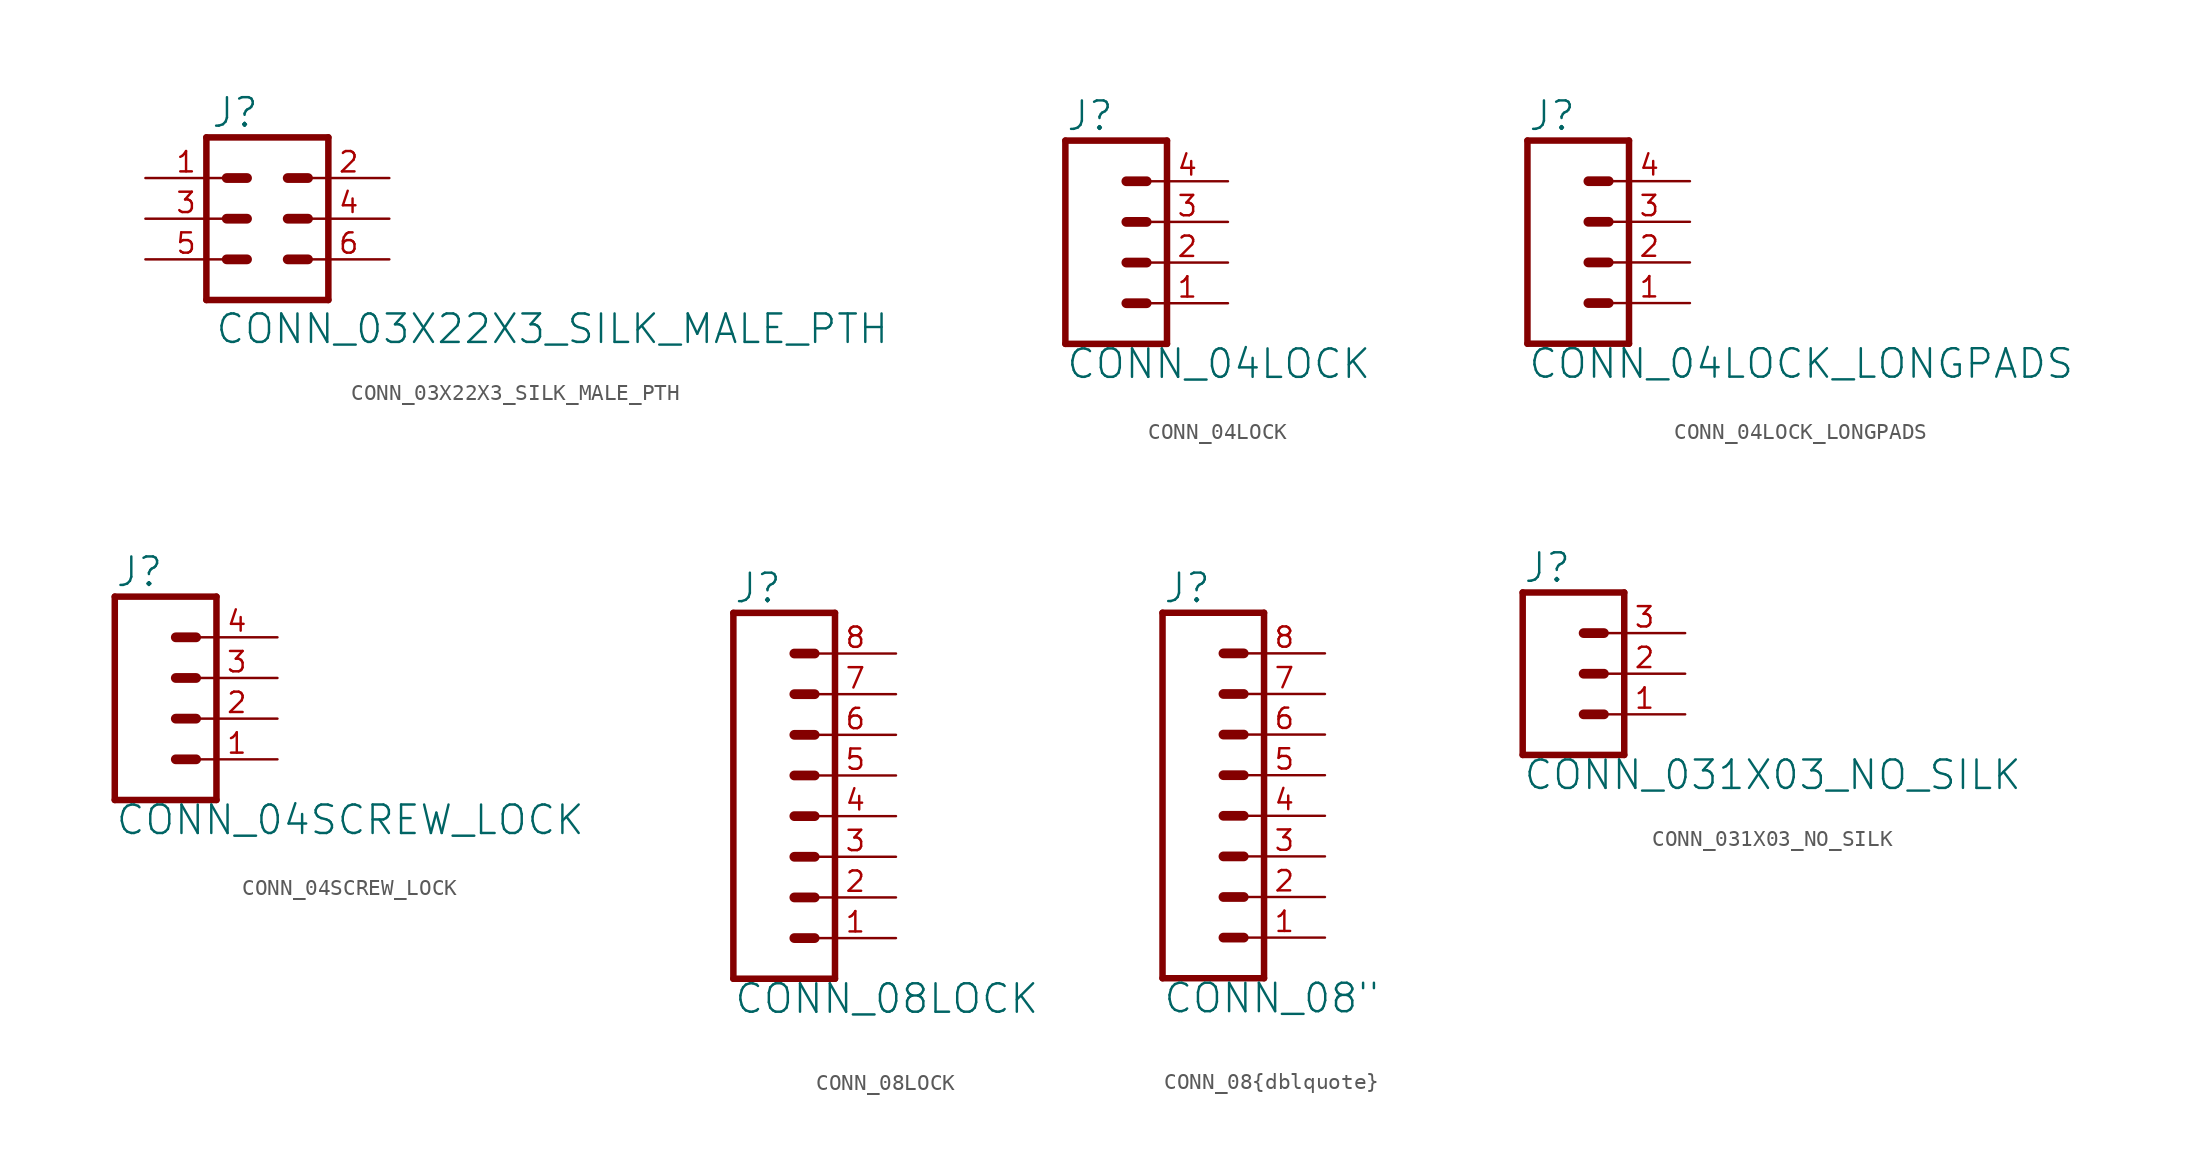
<source format=kicad_sym>
(kicad_symbol_lib
  (version 20220331)
  (generator kicad_symbol_editor)
  (symbol "CONN_03X22X3_SILK_MALE_PTH"
    (property "Reference" "J"
      (at -3.556 5.588 0)
      (effects (font (size 1.778 1.778)) (justify left bottom)))
    (property "Value" "CONN_03X22X3_SILK_MALE_PTH"
      (at -3.302 -5.842 0)
      (effects (font (size 1.778 1.778)) (justify left top)))
    (property "ki_locked" ""
      (at 0 0 0)
      (effects (font (size 1.27 1.27))))
    (symbol "CONN_03X22X3_SILK_MALE_PTH_1_0"
      (polyline (pts (xy -3.81 5.08) (xy -3.81 -5.08)) (stroke (width 0.406) (type solid)) (fill (type none)))
      (polyline (pts (xy -3.81 5.08) (xy 3.81 5.08)) (stroke (width 0.406) (type solid)) (fill (type none)))
      (polyline (pts (xy -1.27 -2.54) (xy -2.54 -2.54)) (stroke (width 0.61) (type solid)) (fill (type none)))
      (polyline (pts (xy -1.27 0) (xy -2.54 0)) (stroke (width 0.61) (type solid)) (fill (type none)))
      (polyline (pts (xy -1.27 2.54) (xy -2.54 2.54)) (stroke (width 0.61) (type solid)) (fill (type none)))
      (polyline (pts (xy 1.27 -2.54) (xy 2.54 -2.54)) (stroke (width 0.61) (type solid)) (fill (type none)))
      (polyline (pts (xy 1.27 0) (xy 2.54 0)) (stroke (width 0.61) (type solid)) (fill (type none)))
      (polyline (pts (xy 1.27 2.54) (xy 2.54 2.54)) (stroke (width 0.61) (type solid)) (fill (type none)))
      (polyline (pts (xy 3.81 -5.08) (xy -3.81 -5.08)) (stroke (width 0.406) (type solid)) (fill (type none)))
      (polyline (pts (xy 3.81 -5.08) (xy 3.81 5.08)) (stroke (width 0.406) (type solid)) (fill (type none)))
      (pin bidirectional line (at -7.62 2.54 0) (length 5.08) (name "1" (effects (font (size 0 0)))) (number "1" (effects (font (size 1.27 1.27)))))
      (pin bidirectional line (at 7.62 2.54 180) (length 5.08) (name "2" (effects (font (size 0 0)))) (number "2" (effects (font (size 1.27 1.27)))))
      (pin bidirectional line (at -7.62 0 0) (length 5.08) (name "3" (effects (font (size 0 0)))) (number "3" (effects (font (size 1.27 1.27)))))
      (pin bidirectional line (at 7.62 0 180) (length 5.08) (name "4" (effects (font (size 0 0)))) (number "4" (effects (font (size 1.27 1.27)))))
      (pin bidirectional line (at -7.62 -2.54 0) (length 5.08) (name "5" (effects (font (size 0 0)))) (number "5" (effects (font (size 1.27 1.27)))))
      (pin bidirectional line (at 7.62 -2.54 180) (length 5.08) (name "6" (effects (font (size 0 0)))) (number "6" (effects (font (size 1.27 1.27)))))))
  (symbol "CONN_04LOCK"
    (property "Reference" "J"
      (at -5.08 8.128 0)
      (effects (font (size 1.778 1.778)) (justify left bottom)))
    (property "Value" "CONN_04LOCK"
      (at -5.08 -7.366 0)
      (effects (font (size 1.778 1.778)) (justify left bottom)))
    (property "ki_locked" ""
      (at 0 0 0)
      (effects (font (size 1.27 1.27))))
    (symbol "CONN_04LOCK_1_0"
      (polyline (pts (xy -5.08 7.62) (xy -5.08 -5.08)) (stroke (width 0.406) (type solid)) (fill (type none)))
      (polyline (pts (xy -5.08 7.62) (xy 1.27 7.62)) (stroke (width 0.406) (type solid)) (fill (type none)))
      (polyline (pts (xy -1.27 -2.54) (xy 0 -2.54)) (stroke (width 0.61) (type solid)) (fill (type none)))
      (polyline (pts (xy -1.27 0) (xy 0 0)) (stroke (width 0.61) (type solid)) (fill (type none)))
      (polyline (pts (xy -1.27 2.54) (xy 0 2.54)) (stroke (width 0.61) (type solid)) (fill (type none)))
      (polyline (pts (xy -1.27 5.08) (xy 0 5.08)) (stroke (width 0.61) (type solid)) (fill (type none)))
      (polyline (pts (xy 1.27 -5.08) (xy -5.08 -5.08)) (stroke (width 0.406) (type solid)) (fill (type none)))
      (polyline (pts (xy 1.27 -5.08) (xy 1.27 7.62)) (stroke (width 0.406) (type solid)) (fill (type none)))
      (pin passive line (at 5.08 -2.54 180) (length 5.08) (name "1" (effects (font (size 0 0)))) (number "1" (effects (font (size 1.27 1.27)))))
      (pin passive line (at 5.08 0 180) (length 5.08) (name "2" (effects (font (size 0 0)))) (number "2" (effects (font (size 1.27 1.27)))))
      (pin passive line (at 5.08 2.54 180) (length 5.08) (name "3" (effects (font (size 0 0)))) (number "3" (effects (font (size 1.27 1.27)))))
      (pin passive line (at 5.08 5.08 180) (length 5.08) (name "4" (effects (font (size 0 0)))) (number "4" (effects (font (size 1.27 1.27)))))))
  (symbol "CONN_04LOCK_LONGPADS"
    (property "Reference" "J"
      (at -5.08 8.128 0)
      (effects (font (size 1.778 1.778)) (justify left bottom)))
    (property "Value" "CONN_04LOCK_LONGPADS"
      (at -5.08 -7.366 0)
      (effects (font (size 1.778 1.778)) (justify left bottom)))
    (property "ki_locked" ""
      (at 0 0 0)
      (effects (font (size 1.27 1.27))))
    (symbol "CONN_04LOCK_LONGPADS_1_0"
      (polyline (pts (xy -5.08 7.62) (xy -5.08 -5.08)) (stroke (width 0.406) (type solid)) (fill (type none)))
      (polyline (pts (xy -5.08 7.62) (xy 1.27 7.62)) (stroke (width 0.406) (type solid)) (fill (type none)))
      (polyline (pts (xy -1.27 -2.54) (xy 0 -2.54)) (stroke (width 0.61) (type solid)) (fill (type none)))
      (polyline (pts (xy -1.27 0) (xy 0 0)) (stroke (width 0.61) (type solid)) (fill (type none)))
      (polyline (pts (xy -1.27 2.54) (xy 0 2.54)) (stroke (width 0.61) (type solid)) (fill (type none)))
      (polyline (pts (xy -1.27 5.08) (xy 0 5.08)) (stroke (width 0.61) (type solid)) (fill (type none)))
      (polyline (pts (xy 1.27 -5.08) (xy -5.08 -5.08)) (stroke (width 0.406) (type solid)) (fill (type none)))
      (polyline (pts (xy 1.27 -5.08) (xy 1.27 7.62)) (stroke (width 0.406) (type solid)) (fill (type none)))
      (pin passive line (at 5.08 -2.54 180) (length 5.08) (name "1" (effects (font (size 0 0)))) (number "1" (effects (font (size 1.27 1.27)))))
      (pin passive line (at 5.08 0 180) (length 5.08) (name "2" (effects (font (size 0 0)))) (number "2" (effects (font (size 1.27 1.27)))))
      (pin passive line (at 5.08 2.54 180) (length 5.08) (name "3" (effects (font (size 0 0)))) (number "3" (effects (font (size 1.27 1.27)))))
      (pin passive line (at 5.08 5.08 180) (length 5.08) (name "4" (effects (font (size 0 0)))) (number "4" (effects (font (size 1.27 1.27)))))))
  (symbol "CONN_04SCREW_LOCK"
    (property "Reference" "J"
      (at -5.08 8.128 0)
      (effects (font (size 1.778 1.778)) (justify left bottom)))
    (property "Value" "CONN_04SCREW_LOCK"
      (at -5.08 -7.366 0)
      (effects (font (size 1.778 1.778)) (justify left bottom)))
    (property "ki_locked" ""
      (at 0 0 0)
      (effects (font (size 1.27 1.27))))
    (symbol "CONN_04SCREW_LOCK_1_0"
      (polyline (pts (xy -5.08 7.62) (xy -5.08 -5.08)) (stroke (width 0.406) (type solid)) (fill (type none)))
      (polyline (pts (xy -5.08 7.62) (xy 1.27 7.62)) (stroke (width 0.406) (type solid)) (fill (type none)))
      (polyline (pts (xy -1.27 -2.54) (xy 0 -2.54)) (stroke (width 0.61) (type solid)) (fill (type none)))
      (polyline (pts (xy -1.27 0) (xy 0 0)) (stroke (width 0.61) (type solid)) (fill (type none)))
      (polyline (pts (xy -1.27 2.54) (xy 0 2.54)) (stroke (width 0.61) (type solid)) (fill (type none)))
      (polyline (pts (xy -1.27 5.08) (xy 0 5.08)) (stroke (width 0.61) (type solid)) (fill (type none)))
      (polyline (pts (xy 1.27 -5.08) (xy -5.08 -5.08)) (stroke (width 0.406) (type solid)) (fill (type none)))
      (polyline (pts (xy 1.27 -5.08) (xy 1.27 7.62)) (stroke (width 0.406) (type solid)) (fill (type none)))
      (pin passive line (at 5.08 -2.54 180) (length 5.08) (name "1" (effects (font (size 0 0)))) (number "1" (effects (font (size 1.27 1.27)))))
      (pin passive line (at 5.08 0 180) (length 5.08) (name "2" (effects (font (size 0 0)))) (number "2" (effects (font (size 1.27 1.27)))))
      (pin passive line (at 5.08 2.54 180) (length 5.08) (name "3" (effects (font (size 0 0)))) (number "3" (effects (font (size 1.27 1.27)))))
      (pin passive line (at 5.08 5.08 180) (length 5.08) (name "4" (effects (font (size 0 0)))) (number "4" (effects (font (size 1.27 1.27)))))))
  (symbol "CONN_08LOCK"
    (property "Reference" "J"
      (at -5.08 13.208 0)
      (effects (font (size 1.778 1.778)) (justify left bottom)))
    (property "Value" "CONN_08LOCK"
      (at -5.08 -12.446 0)
      (effects (font (size 1.778 1.778)) (justify left bottom)))
    (property "ki_locked" ""
      (at 0 0 0)
      (effects (font (size 1.27 1.27))))
    (symbol "CONN_08LOCK_1_0"
      (polyline (pts (xy -5.08 12.7) (xy -5.08 -10.16)) (stroke (width 0.406) (type solid)) (fill (type none)))
      (polyline (pts (xy -5.08 12.7) (xy 1.27 12.7)) (stroke (width 0.406) (type solid)) (fill (type none)))
      (polyline (pts (xy -1.27 -7.62) (xy 0 -7.62)) (stroke (width 0.61) (type solid)) (fill (type none)))
      (polyline (pts (xy -1.27 -5.08) (xy 0 -5.08)) (stroke (width 0.61) (type solid)) (fill (type none)))
      (polyline (pts (xy -1.27 -2.54) (xy 0 -2.54)) (stroke (width 0.61) (type solid)) (fill (type none)))
      (polyline (pts (xy -1.27 0) (xy 0 0)) (stroke (width 0.61) (type solid)) (fill (type none)))
      (polyline (pts (xy -1.27 2.54) (xy 0 2.54)) (stroke (width 0.61) (type solid)) (fill (type none)))
      (polyline (pts (xy -1.27 5.08) (xy 0 5.08)) (stroke (width 0.61) (type solid)) (fill (type none)))
      (polyline (pts (xy -1.27 7.62) (xy 0 7.62)) (stroke (width 0.61) (type solid)) (fill (type none)))
      (polyline (pts (xy -1.27 10.16) (xy 0 10.16)) (stroke (width 0.61) (type solid)) (fill (type none)))
      (polyline (pts (xy 1.27 -10.16) (xy -5.08 -10.16)) (stroke (width 0.406) (type solid)) (fill (type none)))
      (polyline (pts (xy 1.27 -10.16) (xy 1.27 12.7)) (stroke (width 0.406) (type solid)) (fill (type none)))
      (pin passive line (at 5.08 -7.62 180) (length 5.08) (name "1" (effects (font (size 0 0)))) (number "1" (effects (font (size 1.27 1.27)))))
      (pin passive line (at 5.08 -5.08 180) (length 5.08) (name "2" (effects (font (size 0 0)))) (number "2" (effects (font (size 1.27 1.27)))))
      (pin passive line (at 5.08 -2.54 180) (length 5.08) (name "3" (effects (font (size 0 0)))) (number "3" (effects (font (size 1.27 1.27)))))
      (pin passive line (at 5.08 0 180) (length 5.08) (name "4" (effects (font (size 0 0)))) (number "4" (effects (font (size 1.27 1.27)))))
      (pin passive line (at 5.08 2.54 180) (length 5.08) (name "5" (effects (font (size 0 0)))) (number "5" (effects (font (size 1.27 1.27)))))
      (pin passive line (at 5.08 5.08 180) (length 5.08) (name "6" (effects (font (size 0 0)))) (number "6" (effects (font (size 1.27 1.27)))))
      (pin passive line (at 5.08 7.62 180) (length 5.08) (name "7" (effects (font (size 0 0)))) (number "7" (effects (font (size 1.27 1.27)))))
      (pin passive line (at 5.08 10.16 180) (length 5.08) (name "8" (effects (font (size 0 0)))) (number "8" (effects (font (size 1.27 1.27)))))))
  (symbol "CONN_08{dblquote}"
    (property "Reference" "J"
      (at -5.08 13.208 0)
      (effects (font (size 1.778 1.778)) (justify left bottom)))
    (property "Value" "CONN_08{dblquote}"
      (at -5.08 -12.446 0)
      (effects (font (size 1.778 1.778)) (justify left bottom)))
    (property "ki_locked" ""
      (at 0 0 0)
      (effects (font (size 1.27 1.27))))
    (symbol "CONN_08{dblquote}_1_0"
      (polyline (pts (xy -5.08 12.7) (xy -5.08 -10.16)) (stroke (width 0.406) (type solid)) (fill (type none)))
      (polyline (pts (xy -5.08 12.7) (xy 1.27 12.7)) (stroke (width 0.406) (type solid)) (fill (type none)))
      (polyline (pts (xy -1.27 -7.62) (xy 0 -7.62)) (stroke (width 0.61) (type solid)) (fill (type none)))
      (polyline (pts (xy -1.27 -5.08) (xy 0 -5.08)) (stroke (width 0.61) (type solid)) (fill (type none)))
      (polyline (pts (xy -1.27 -2.54) (xy 0 -2.54)) (stroke (width 0.61) (type solid)) (fill (type none)))
      (polyline (pts (xy -1.27 0) (xy 0 0)) (stroke (width 0.61) (type solid)) (fill (type none)))
      (polyline (pts (xy -1.27 2.54) (xy 0 2.54)) (stroke (width 0.61) (type solid)) (fill (type none)))
      (polyline (pts (xy -1.27 5.08) (xy 0 5.08)) (stroke (width 0.61) (type solid)) (fill (type none)))
      (polyline (pts (xy -1.27 7.62) (xy 0 7.62)) (stroke (width 0.61) (type solid)) (fill (type none)))
      (polyline (pts (xy -1.27 10.16) (xy 0 10.16)) (stroke (width 0.61) (type solid)) (fill (type none)))
      (polyline (pts (xy 1.27 -10.16) (xy -5.08 -10.16)) (stroke (width 0.406) (type solid)) (fill (type none)))
      (polyline (pts (xy 1.27 -10.16) (xy 1.27 12.7)) (stroke (width 0.406) (type solid)) (fill (type none)))
      (pin passive line (at 5.08 -7.62 180) (length 5.08) (name "1" (effects (font (size 0 0)))) (number "1" (effects (font (size 1.27 1.27)))))
      (pin passive line (at 5.08 -5.08 180) (length 5.08) (name "2" (effects (font (size 0 0)))) (number "2" (effects (font (size 1.27 1.27)))))
      (pin passive line (at 5.08 -2.54 180) (length 5.08) (name "3" (effects (font (size 0 0)))) (number "3" (effects (font (size 1.27 1.27)))))
      (pin passive line (at 5.08 0 180) (length 5.08) (name "4" (effects (font (size 0 0)))) (number "4" (effects (font (size 1.27 1.27)))))
      (pin passive line (at 5.08 2.54 180) (length 5.08) (name "5" (effects (font (size 0 0)))) (number "5" (effects (font (size 1.27 1.27)))))
      (pin passive line (at 5.08 5.08 180) (length 5.08) (name "6" (effects (font (size 0 0)))) (number "6" (effects (font (size 1.27 1.27)))))
      (pin passive line (at 5.08 7.62 180) (length 5.08) (name "7" (effects (font (size 0 0)))) (number "7" (effects (font (size 1.27 1.27)))))
      (pin passive line (at 5.08 10.16 180) (length 5.08) (name "8" (effects (font (size 0 0)))) (number "8" (effects (font (size 1.27 1.27)))))))
  (symbol "CONN_031X03_NO_SILK"
    (property "Reference" "J"
      (at -2.54 5.588 0)
      (effects (font (size 1.778 1.778)) (justify left bottom)))
    (property "Value" "CONN_031X03_NO_SILK"
      (at -2.54 -7.366 0)
      (effects (font (size 1.778 1.778)) (justify left bottom)))
    (property "ki_locked" ""
      (at 0 0 0)
      (effects (font (size 1.27 1.27))))
    (symbol "CONN_031X03_NO_SILK_1_0"
      (polyline (pts (xy -2.54 5.08) (xy -2.54 -5.08)) (stroke (width 0.406) (type solid)) (fill (type none)))
      (polyline (pts (xy -2.54 5.08) (xy 3.81 5.08)) (stroke (width 0.406) (type solid)) (fill (type none)))
      (polyline (pts (xy 1.27 -2.54) (xy 2.54 -2.54)) (stroke (width 0.61) (type solid)) (fill (type none)))
      (polyline (pts (xy 1.27 0) (xy 2.54 0)) (stroke (width 0.61) (type solid)) (fill (type none)))
      (polyline (pts (xy 1.27 2.54) (xy 2.54 2.54)) (stroke (width 0.61) (type solid)) (fill (type none)))
      (polyline (pts (xy 3.81 -5.08) (xy -2.54 -5.08)) (stroke (width 0.406) (type solid)) (fill (type none)))
      (polyline (pts (xy 3.81 -5.08) (xy 3.81 5.08)) (stroke (width 0.406) (type solid)) (fill (type none)))
      (pin passive line (at 7.62 -2.54 180) (length 5.08) (name "1" (effects (font (size 0 0)))) (number "1" (effects (font (size 1.27 1.27)))))
      (pin passive line (at 7.62 0 180) (length 5.08) (name "2" (effects (font (size 0 0)))) (number "2" (effects (font (size 1.27 1.27)))))
      (pin passive line (at 7.62 2.54 180) (length 5.08) (name "3" (effects (font (size 0 0)))) (number "3" (effects (font (size 1.27 1.27))))))))
</source>
